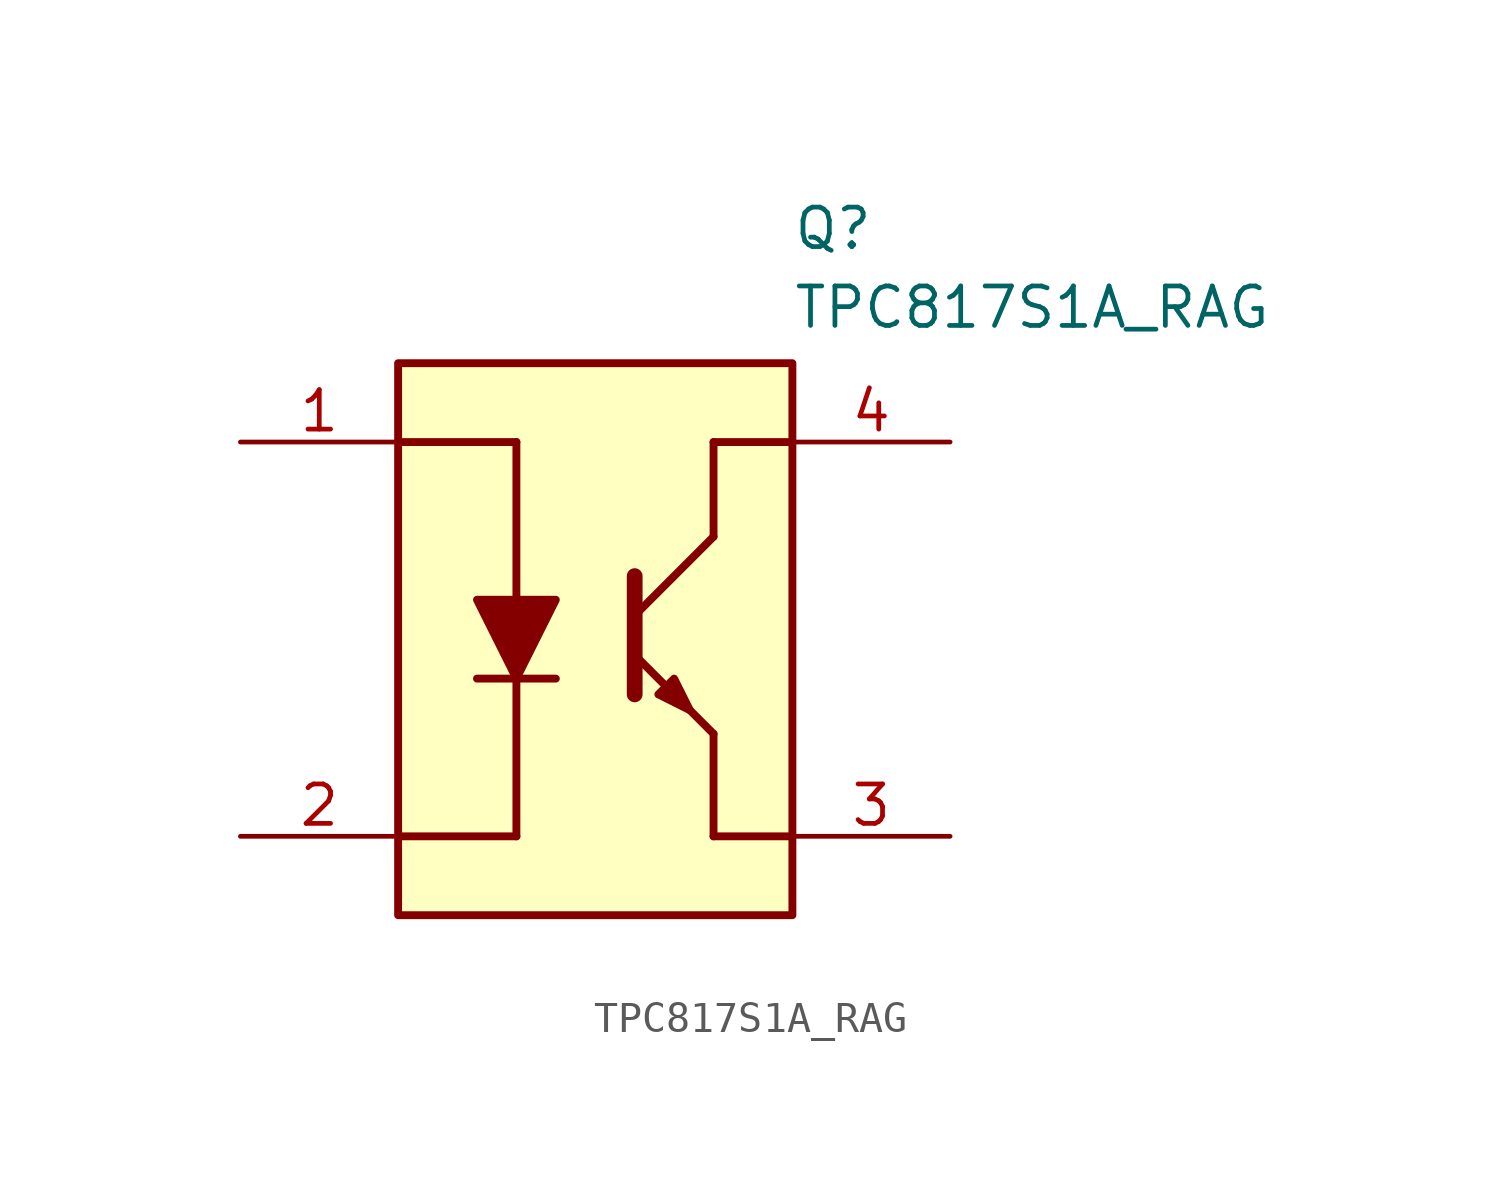
<source format=kicad_sym>
(kicad_symbol_lib
  (version 20211014)
  (generator SamacSys_ECAD_Model)
  (symbol "TPC817S1A_RAG"
    (pin_names hide)
    (property "Reference" "Q"
      (at 17.78 7.62 0)
      (effects (font (size 1.27 1.27)) (justify left top)))
    (property "Value" "TPC817S1A_RAG"
      (at 17.78 5.08 0)
      (effects (font (size 1.27 1.27)) (justify left top)))
    (rectangle
      (start 5.08 2.54)
      (end 17.78 -15.24)
      (stroke (width 0.254) (type default))
      (fill (type background)))
    (polyline
      (pts (xy 12.7 -5.588) (xy 15.24 -3.048))
      (stroke (width 0.254) (type default))
      (fill (type none)))
    (polyline
      (pts (xy 12.7 -4.318) (xy 12.7 -8.128))
      (stroke (width 0.508) (type default))
      (fill (type none)))
    (polyline
      (pts (xy 12.7 -6.858) (xy 15.24 -9.398))
      (stroke (width 0.254) (type default))
      (fill (type none)))
    (polyline
      (pts (xy 17.78 0) (xy 15.24 0))
      (stroke (width 0.254) (type default))
      (fill (type none)))
    (polyline
      (pts (xy 15.24 -3.048) (xy 15.24 0))
      (stroke (width 0.254) (type default))
      (fill (type none)))
    (polyline
      (pts (xy 17.78 -12.7) (xy 15.24 -12.7))
      (stroke (width 0.254) (type default))
      (fill (type none)))
    (polyline
      (pts (xy 15.24 -9.398) (xy 15.24 -12.7))
      (stroke (width 0.254) (type default))
      (fill (type none)))
    (polyline
      (pts (xy 7.62 -7.62) (xy 10.16 -7.62))
      (stroke (width 0.254) (type default))
      (fill (type none)))
    (polyline
      (pts (xy 5.08 0) (xy 8.89 0))
      (stroke (width 0.254) (type default))
      (fill (type none)))
    (polyline
      (pts (xy 8.89 -5.08) (xy 8.89 0))
      (stroke (width 0.254) (type default))
      (fill (type none)))
    (polyline
      (pts (xy 5.08 -12.7) (xy 8.89 -12.7))
      (stroke (width 0.254) (type default))
      (fill (type none)))
    (polyline
      (pts (xy 8.89 -7.62) (xy 8.89 -12.7))
      (stroke (width 0.254) (type default))
      (fill (type none)))
    (polyline
      (pts (xy 13.462 -8.128) (xy 13.97 -7.62) (xy 14.478 -8.636) (xy 13.462 -8.128))
      (stroke (width 0.254) (type default))
      (fill (type outline)))
    (polyline
      (pts (xy 8.89 -7.62) (xy 10.16 -5.08) (xy 7.62 -5.08) (xy 8.89 -7.62))
      (stroke (width 0.254) (type default))
      (fill (type outline)))
    (pin passive line
      (at 0 0 0)
      (length 5.08)
      (name "A" (effects (font (size 1.27 1.27))))
      (number "1" (effects (font (size 1.27 1.27)))))
    (pin passive line
      (at 0 -12.7 0)
      (length 5.08)
      (name "K" (effects (font (size 1.27 1.27))))
      (number "2" (effects (font (size 1.27 1.27)))))
    (pin passive line
      (at 22.86 -12.7 180)
      (length 5.08)
      (name "C" (effects (font (size 1.27 1.27))))
      (number "3" (effects (font (size 1.27 1.27)))))
    (pin passive line
      (at 22.86 0 180)
      (length 5.08)
      (name "E" (effects (font (size 1.27 1.27))))
      (number "4" (effects (font (size 1.27 1.27)))))))
</source>
